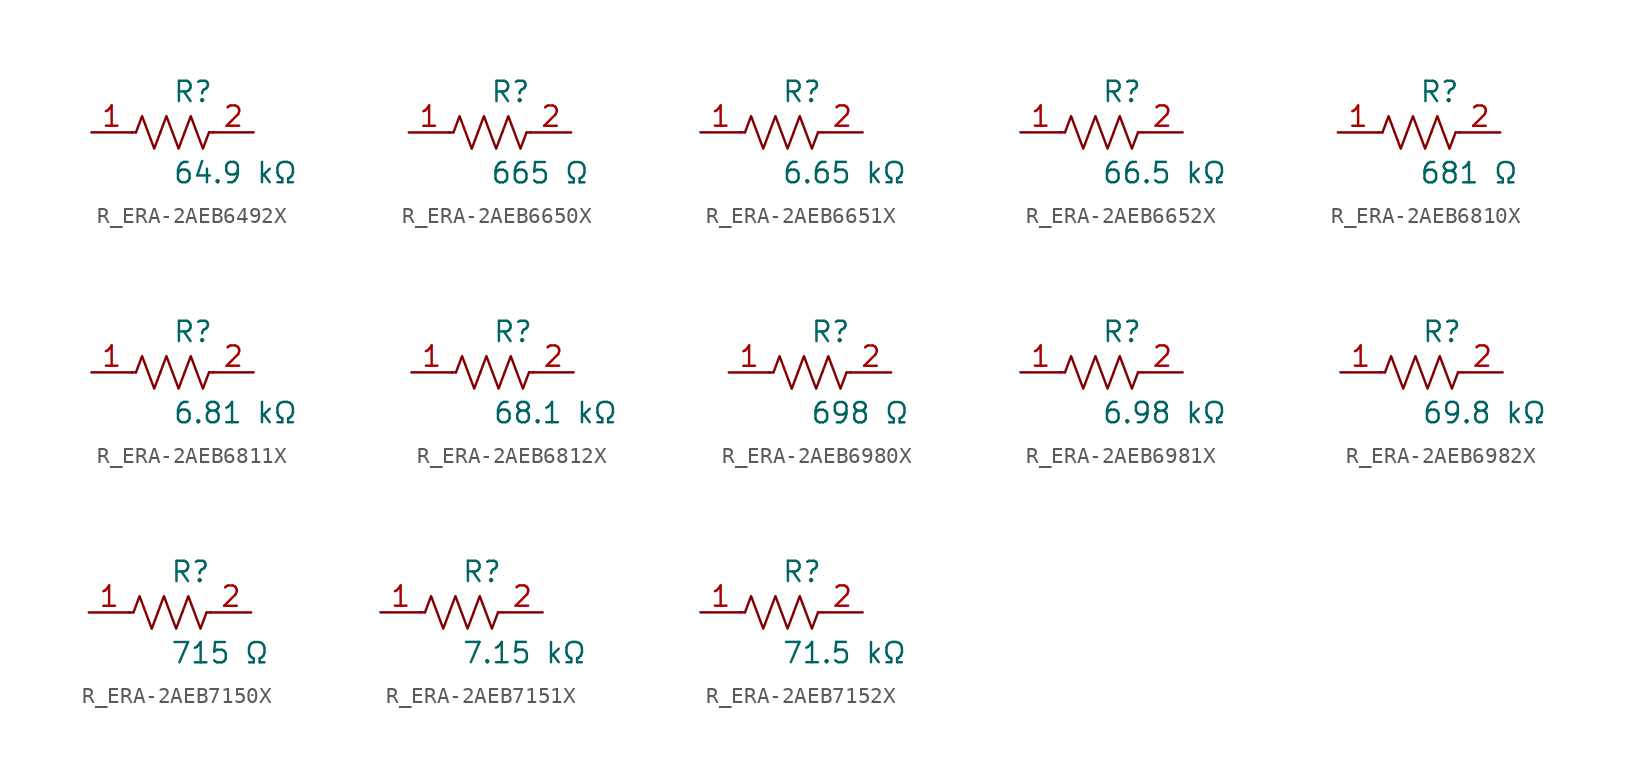
<source format=kicad_sym>
(kicad_symbol_lib
  (version 20231120)
  (generator kicad_symbol_editor)
  (generator_version 8.0)
  (symbol "R_ERA-2AEB6492X"
    (pin_names
      (offset 0.254))
    (property "Reference" "R"
      (at 0.0 2.54 0)
      (effects (font (size 1.27 1.27)) (justify left)))
    (property "Value" "64.9 kΩ"
      (at 0.0 -2.54 0)
      (effects (font (size 1.27 1.27)) (justify left)))
    (symbol "R_ERA-2AEB6492X_0_1"
      (polyline (pts (xy 2.286 0) (xy 2.54 0)) (stroke (width 0) (type default)) (fill (type none)))
      (polyline (pts (xy -2.286 0) (xy -2.54 0)) (stroke (width 0) (type default)) (fill (type none)))
      (polyline (pts (xy 0.762 0) (xy 1.143 1.016) (xy 1.524 0) (xy 1.905 -1.016) (xy 2.286 0)) (stroke (width 0) (type default)) (fill (type none)))
      (polyline (pts (xy -0.762 0) (xy -0.381 1.016) (xy 0 0) (xy 0.381 -1.016) (xy 0.762 0)) (stroke (width 0) (type default)) (fill (type none)))
      (polyline (pts (xy -2.286 0) (xy -1.905 1.016) (xy -1.524 0) (xy -1.143 -1.016) (xy -0.762 0)) (stroke (width 0) (type default)) (fill (type none))))
    (pin unspecified line
      (at -5.08 0 0)
      (length 2.54)
      (name "" (effects (font (size 1.27 1.27))))
      (number "1" (effects (font (size 1.27 1.27)))))
    (pin unspecified line
      (at 5.08 0 180)
      (length 2.54)
      (name "" (effects (font (size 1.27 1.27))))
      (number "2" (effects (font (size 1.27 1.27))))))
  (symbol "R_ERA-2AEB6650X"
    (pin_names
      (offset 0.254))
    (property "Reference" "R"
      (at 0.0 2.54 0)
      (effects (font (size 1.27 1.27)) (justify left)))
    (property "Value" "665 Ω"
      (at 0.0 -2.54 0)
      (effects (font (size 1.27 1.27)) (justify left)))
    (symbol "R_ERA-2AEB6650X_0_1"
      (polyline (pts (xy 2.286 0) (xy 2.54 0)) (stroke (width 0) (type default)) (fill (type none)))
      (polyline (pts (xy -2.286 0) (xy -2.54 0)) (stroke (width 0) (type default)) (fill (type none)))
      (polyline (pts (xy 0.762 0) (xy 1.143 1.016) (xy 1.524 0) (xy 1.905 -1.016) (xy 2.286 0)) (stroke (width 0) (type default)) (fill (type none)))
      (polyline (pts (xy -0.762 0) (xy -0.381 1.016) (xy 0 0) (xy 0.381 -1.016) (xy 0.762 0)) (stroke (width 0) (type default)) (fill (type none)))
      (polyline (pts (xy -2.286 0) (xy -1.905 1.016) (xy -1.524 0) (xy -1.143 -1.016) (xy -0.762 0)) (stroke (width 0) (type default)) (fill (type none))))
    (pin unspecified line
      (at -5.08 0 0)
      (length 2.54)
      (name "" (effects (font (size 1.27 1.27))))
      (number "1" (effects (font (size 1.27 1.27)))))
    (pin unspecified line
      (at 5.08 0 180)
      (length 2.54)
      (name "" (effects (font (size 1.27 1.27))))
      (number "2" (effects (font (size 1.27 1.27))))))
  (symbol "R_ERA-2AEB6651X"
    (pin_names
      (offset 0.254))
    (property "Reference" "R"
      (at 0.0 2.54 0)
      (effects (font (size 1.27 1.27)) (justify left)))
    (property "Value" "6.65 kΩ"
      (at 0.0 -2.54 0)
      (effects (font (size 1.27 1.27)) (justify left)))
    (symbol "R_ERA-2AEB6651X_0_1"
      (polyline (pts (xy 2.286 0) (xy 2.54 0)) (stroke (width 0) (type default)) (fill (type none)))
      (polyline (pts (xy -2.286 0) (xy -2.54 0)) (stroke (width 0) (type default)) (fill (type none)))
      (polyline (pts (xy 0.762 0) (xy 1.143 1.016) (xy 1.524 0) (xy 1.905 -1.016) (xy 2.286 0)) (stroke (width 0) (type default)) (fill (type none)))
      (polyline (pts (xy -0.762 0) (xy -0.381 1.016) (xy 0 0) (xy 0.381 -1.016) (xy 0.762 0)) (stroke (width 0) (type default)) (fill (type none)))
      (polyline (pts (xy -2.286 0) (xy -1.905 1.016) (xy -1.524 0) (xy -1.143 -1.016) (xy -0.762 0)) (stroke (width 0) (type default)) (fill (type none))))
    (pin unspecified line
      (at -5.08 0 0)
      (length 2.54)
      (name "" (effects (font (size 1.27 1.27))))
      (number "1" (effects (font (size 1.27 1.27)))))
    (pin unspecified line
      (at 5.08 0 180)
      (length 2.54)
      (name "" (effects (font (size 1.27 1.27))))
      (number "2" (effects (font (size 1.27 1.27))))))
  (symbol "R_ERA-2AEB6652X"
    (pin_names
      (offset 0.254))
    (property "Reference" "R"
      (at 0.0 2.54 0)
      (effects (font (size 1.27 1.27)) (justify left)))
    (property "Value" "66.5 kΩ"
      (at 0.0 -2.54 0)
      (effects (font (size 1.27 1.27)) (justify left)))
    (symbol "R_ERA-2AEB6652X_0_1"
      (polyline (pts (xy 2.286 0) (xy 2.54 0)) (stroke (width 0) (type default)) (fill (type none)))
      (polyline (pts (xy -2.286 0) (xy -2.54 0)) (stroke (width 0) (type default)) (fill (type none)))
      (polyline (pts (xy 0.762 0) (xy 1.143 1.016) (xy 1.524 0) (xy 1.905 -1.016) (xy 2.286 0)) (stroke (width 0) (type default)) (fill (type none)))
      (polyline (pts (xy -0.762 0) (xy -0.381 1.016) (xy 0 0) (xy 0.381 -1.016) (xy 0.762 0)) (stroke (width 0) (type default)) (fill (type none)))
      (polyline (pts (xy -2.286 0) (xy -1.905 1.016) (xy -1.524 0) (xy -1.143 -1.016) (xy -0.762 0)) (stroke (width 0) (type default)) (fill (type none))))
    (pin unspecified line
      (at -5.08 0 0)
      (length 2.54)
      (name "" (effects (font (size 1.27 1.27))))
      (number "1" (effects (font (size 1.27 1.27)))))
    (pin unspecified line
      (at 5.08 0 180)
      (length 2.54)
      (name "" (effects (font (size 1.27 1.27))))
      (number "2" (effects (font (size 1.27 1.27))))))
  (symbol "R_ERA-2AEB6810X"
    (pin_names
      (offset 0.254))
    (property "Reference" "R"
      (at 0.0 2.54 0)
      (effects (font (size 1.27 1.27)) (justify left)))
    (property "Value" "681 Ω"
      (at 0.0 -2.54 0)
      (effects (font (size 1.27 1.27)) (justify left)))
    (symbol "R_ERA-2AEB6810X_0_1"
      (polyline (pts (xy 2.286 0) (xy 2.54 0)) (stroke (width 0) (type default)) (fill (type none)))
      (polyline (pts (xy -2.286 0) (xy -2.54 0)) (stroke (width 0) (type default)) (fill (type none)))
      (polyline (pts (xy 0.762 0) (xy 1.143 1.016) (xy 1.524 0) (xy 1.905 -1.016) (xy 2.286 0)) (stroke (width 0) (type default)) (fill (type none)))
      (polyline (pts (xy -0.762 0) (xy -0.381 1.016) (xy 0 0) (xy 0.381 -1.016) (xy 0.762 0)) (stroke (width 0) (type default)) (fill (type none)))
      (polyline (pts (xy -2.286 0) (xy -1.905 1.016) (xy -1.524 0) (xy -1.143 -1.016) (xy -0.762 0)) (stroke (width 0) (type default)) (fill (type none))))
    (pin unspecified line
      (at -5.08 0 0)
      (length 2.54)
      (name "" (effects (font (size 1.27 1.27))))
      (number "1" (effects (font (size 1.27 1.27)))))
    (pin unspecified line
      (at 5.08 0 180)
      (length 2.54)
      (name "" (effects (font (size 1.27 1.27))))
      (number "2" (effects (font (size 1.27 1.27))))))
  (symbol "R_ERA-2AEB6811X"
    (pin_names
      (offset 0.254))
    (property "Reference" "R"
      (at 0.0 2.54 0)
      (effects (font (size 1.27 1.27)) (justify left)))
    (property "Value" "6.81 kΩ"
      (at 0.0 -2.54 0)
      (effects (font (size 1.27 1.27)) (justify left)))
    (symbol "R_ERA-2AEB6811X_0_1"
      (polyline (pts (xy 2.286 0) (xy 2.54 0)) (stroke (width 0) (type default)) (fill (type none)))
      (polyline (pts (xy -2.286 0) (xy -2.54 0)) (stroke (width 0) (type default)) (fill (type none)))
      (polyline (pts (xy 0.762 0) (xy 1.143 1.016) (xy 1.524 0) (xy 1.905 -1.016) (xy 2.286 0)) (stroke (width 0) (type default)) (fill (type none)))
      (polyline (pts (xy -0.762 0) (xy -0.381 1.016) (xy 0 0) (xy 0.381 -1.016) (xy 0.762 0)) (stroke (width 0) (type default)) (fill (type none)))
      (polyline (pts (xy -2.286 0) (xy -1.905 1.016) (xy -1.524 0) (xy -1.143 -1.016) (xy -0.762 0)) (stroke (width 0) (type default)) (fill (type none))))
    (pin unspecified line
      (at -5.08 0 0)
      (length 2.54)
      (name "" (effects (font (size 1.27 1.27))))
      (number "1" (effects (font (size 1.27 1.27)))))
    (pin unspecified line
      (at 5.08 0 180)
      (length 2.54)
      (name "" (effects (font (size 1.27 1.27))))
      (number "2" (effects (font (size 1.27 1.27))))))
  (symbol "R_ERA-2AEB6812X"
    (pin_names
      (offset 0.254))
    (property "Reference" "R"
      (at 0.0 2.54 0)
      (effects (font (size 1.27 1.27)) (justify left)))
    (property "Value" "68.1 kΩ"
      (at 0.0 -2.54 0)
      (effects (font (size 1.27 1.27)) (justify left)))
    (symbol "R_ERA-2AEB6812X_0_1"
      (polyline (pts (xy 2.286 0) (xy 2.54 0)) (stroke (width 0) (type default)) (fill (type none)))
      (polyline (pts (xy -2.286 0) (xy -2.54 0)) (stroke (width 0) (type default)) (fill (type none)))
      (polyline (pts (xy 0.762 0) (xy 1.143 1.016) (xy 1.524 0) (xy 1.905 -1.016) (xy 2.286 0)) (stroke (width 0) (type default)) (fill (type none)))
      (polyline (pts (xy -0.762 0) (xy -0.381 1.016) (xy 0 0) (xy 0.381 -1.016) (xy 0.762 0)) (stroke (width 0) (type default)) (fill (type none)))
      (polyline (pts (xy -2.286 0) (xy -1.905 1.016) (xy -1.524 0) (xy -1.143 -1.016) (xy -0.762 0)) (stroke (width 0) (type default)) (fill (type none))))
    (pin unspecified line
      (at -5.08 0 0)
      (length 2.54)
      (name "" (effects (font (size 1.27 1.27))))
      (number "1" (effects (font (size 1.27 1.27)))))
    (pin unspecified line
      (at 5.08 0 180)
      (length 2.54)
      (name "" (effects (font (size 1.27 1.27))))
      (number "2" (effects (font (size 1.27 1.27))))))
  (symbol "R_ERA-2AEB6980X"
    (pin_names
      (offset 0.254))
    (property "Reference" "R"
      (at 0.0 2.54 0)
      (effects (font (size 1.27 1.27)) (justify left)))
    (property "Value" "698 Ω"
      (at 0.0 -2.54 0)
      (effects (font (size 1.27 1.27)) (justify left)))
    (symbol "R_ERA-2AEB6980X_0_1"
      (polyline (pts (xy 2.286 0) (xy 2.54 0)) (stroke (width 0) (type default)) (fill (type none)))
      (polyline (pts (xy -2.286 0) (xy -2.54 0)) (stroke (width 0) (type default)) (fill (type none)))
      (polyline (pts (xy 0.762 0) (xy 1.143 1.016) (xy 1.524 0) (xy 1.905 -1.016) (xy 2.286 0)) (stroke (width 0) (type default)) (fill (type none)))
      (polyline (pts (xy -0.762 0) (xy -0.381 1.016) (xy 0 0) (xy 0.381 -1.016) (xy 0.762 0)) (stroke (width 0) (type default)) (fill (type none)))
      (polyline (pts (xy -2.286 0) (xy -1.905 1.016) (xy -1.524 0) (xy -1.143 -1.016) (xy -0.762 0)) (stroke (width 0) (type default)) (fill (type none))))
    (pin unspecified line
      (at -5.08 0 0)
      (length 2.54)
      (name "" (effects (font (size 1.27 1.27))))
      (number "1" (effects (font (size 1.27 1.27)))))
    (pin unspecified line
      (at 5.08 0 180)
      (length 2.54)
      (name "" (effects (font (size 1.27 1.27))))
      (number "2" (effects (font (size 1.27 1.27))))))
  (symbol "R_ERA-2AEB6981X"
    (pin_names
      (offset 0.254))
    (property "Reference" "R"
      (at 0.0 2.54 0)
      (effects (font (size 1.27 1.27)) (justify left)))
    (property "Value" "6.98 kΩ"
      (at 0.0 -2.54 0)
      (effects (font (size 1.27 1.27)) (justify left)))
    (symbol "R_ERA-2AEB6981X_0_1"
      (polyline (pts (xy 2.286 0) (xy 2.54 0)) (stroke (width 0) (type default)) (fill (type none)))
      (polyline (pts (xy -2.286 0) (xy -2.54 0)) (stroke (width 0) (type default)) (fill (type none)))
      (polyline (pts (xy 0.762 0) (xy 1.143 1.016) (xy 1.524 0) (xy 1.905 -1.016) (xy 2.286 0)) (stroke (width 0) (type default)) (fill (type none)))
      (polyline (pts (xy -0.762 0) (xy -0.381 1.016) (xy 0 0) (xy 0.381 -1.016) (xy 0.762 0)) (stroke (width 0) (type default)) (fill (type none)))
      (polyline (pts (xy -2.286 0) (xy -1.905 1.016) (xy -1.524 0) (xy -1.143 -1.016) (xy -0.762 0)) (stroke (width 0) (type default)) (fill (type none))))
    (pin unspecified line
      (at -5.08 0 0)
      (length 2.54)
      (name "" (effects (font (size 1.27 1.27))))
      (number "1" (effects (font (size 1.27 1.27)))))
    (pin unspecified line
      (at 5.08 0 180)
      (length 2.54)
      (name "" (effects (font (size 1.27 1.27))))
      (number "2" (effects (font (size 1.27 1.27))))))
  (symbol "R_ERA-2AEB6982X"
    (pin_names
      (offset 0.254))
    (property "Reference" "R"
      (at 0.0 2.54 0)
      (effects (font (size 1.27 1.27)) (justify left)))
    (property "Value" "69.8 kΩ"
      (at 0.0 -2.54 0)
      (effects (font (size 1.27 1.27)) (justify left)))
    (symbol "R_ERA-2AEB6982X_0_1"
      (polyline (pts (xy 2.286 0) (xy 2.54 0)) (stroke (width 0) (type default)) (fill (type none)))
      (polyline (pts (xy -2.286 0) (xy -2.54 0)) (stroke (width 0) (type default)) (fill (type none)))
      (polyline (pts (xy 0.762 0) (xy 1.143 1.016) (xy 1.524 0) (xy 1.905 -1.016) (xy 2.286 0)) (stroke (width 0) (type default)) (fill (type none)))
      (polyline (pts (xy -0.762 0) (xy -0.381 1.016) (xy 0 0) (xy 0.381 -1.016) (xy 0.762 0)) (stroke (width 0) (type default)) (fill (type none)))
      (polyline (pts (xy -2.286 0) (xy -1.905 1.016) (xy -1.524 0) (xy -1.143 -1.016) (xy -0.762 0)) (stroke (width 0) (type default)) (fill (type none))))
    (pin unspecified line
      (at -5.08 0 0)
      (length 2.54)
      (name "" (effects (font (size 1.27 1.27))))
      (number "1" (effects (font (size 1.27 1.27)))))
    (pin unspecified line
      (at 5.08 0 180)
      (length 2.54)
      (name "" (effects (font (size 1.27 1.27))))
      (number "2" (effects (font (size 1.27 1.27))))))
  (symbol "R_ERA-2AEB7150X"
    (pin_names
      (offset 0.254))
    (property "Reference" "R"
      (at 0.0 2.54 0)
      (effects (font (size 1.27 1.27)) (justify left)))
    (property "Value" "715 Ω"
      (at 0.0 -2.54 0)
      (effects (font (size 1.27 1.27)) (justify left)))
    (symbol "R_ERA-2AEB7150X_0_1"
      (polyline (pts (xy 2.286 0) (xy 2.54 0)) (stroke (width 0) (type default)) (fill (type none)))
      (polyline (pts (xy -2.286 0) (xy -2.54 0)) (stroke (width 0) (type default)) (fill (type none)))
      (polyline (pts (xy 0.762 0) (xy 1.143 1.016) (xy 1.524 0) (xy 1.905 -1.016) (xy 2.286 0)) (stroke (width 0) (type default)) (fill (type none)))
      (polyline (pts (xy -0.762 0) (xy -0.381 1.016) (xy 0 0) (xy 0.381 -1.016) (xy 0.762 0)) (stroke (width 0) (type default)) (fill (type none)))
      (polyline (pts (xy -2.286 0) (xy -1.905 1.016) (xy -1.524 0) (xy -1.143 -1.016) (xy -0.762 0)) (stroke (width 0) (type default)) (fill (type none))))
    (pin unspecified line
      (at -5.08 0 0)
      (length 2.54)
      (name "" (effects (font (size 1.27 1.27))))
      (number "1" (effects (font (size 1.27 1.27)))))
    (pin unspecified line
      (at 5.08 0 180)
      (length 2.54)
      (name "" (effects (font (size 1.27 1.27))))
      (number "2" (effects (font (size 1.27 1.27))))))
  (symbol "R_ERA-2AEB7151X"
    (pin_names
      (offset 0.254))
    (property "Reference" "R"
      (at 0.0 2.54 0)
      (effects (font (size 1.27 1.27)) (justify left)))
    (property "Value" "7.15 kΩ"
      (at 0.0 -2.54 0)
      (effects (font (size 1.27 1.27)) (justify left)))
    (symbol "R_ERA-2AEB7151X_0_1"
      (polyline (pts (xy 2.286 0) (xy 2.54 0)) (stroke (width 0) (type default)) (fill (type none)))
      (polyline (pts (xy -2.286 0) (xy -2.54 0)) (stroke (width 0) (type default)) (fill (type none)))
      (polyline (pts (xy 0.762 0) (xy 1.143 1.016) (xy 1.524 0) (xy 1.905 -1.016) (xy 2.286 0)) (stroke (width 0) (type default)) (fill (type none)))
      (polyline (pts (xy -0.762 0) (xy -0.381 1.016) (xy 0 0) (xy 0.381 -1.016) (xy 0.762 0)) (stroke (width 0) (type default)) (fill (type none)))
      (polyline (pts (xy -2.286 0) (xy -1.905 1.016) (xy -1.524 0) (xy -1.143 -1.016) (xy -0.762 0)) (stroke (width 0) (type default)) (fill (type none))))
    (pin unspecified line
      (at -5.08 0 0)
      (length 2.54)
      (name "" (effects (font (size 1.27 1.27))))
      (number "1" (effects (font (size 1.27 1.27)))))
    (pin unspecified line
      (at 5.08 0 180)
      (length 2.54)
      (name "" (effects (font (size 1.27 1.27))))
      (number "2" (effects (font (size 1.27 1.27))))))
  (symbol "R_ERA-2AEB7152X"
    (pin_names
      (offset 0.254))
    (property "Reference" "R"
      (at 0.0 2.54 0)
      (effects (font (size 1.27 1.27)) (justify left)))
    (property "Value" "71.5 kΩ"
      (at 0.0 -2.54 0)
      (effects (font (size 1.27 1.27)) (justify left)))
    (symbol "R_ERA-2AEB7152X_0_1"
      (polyline (pts (xy 2.286 0) (xy 2.54 0)) (stroke (width 0) (type default)) (fill (type none)))
      (polyline (pts (xy -2.286 0) (xy -2.54 0)) (stroke (width 0) (type default)) (fill (type none)))
      (polyline (pts (xy 0.762 0) (xy 1.143 1.016) (xy 1.524 0) (xy 1.905 -1.016) (xy 2.286 0)) (stroke (width 0) (type default)) (fill (type none)))
      (polyline (pts (xy -0.762 0) (xy -0.381 1.016) (xy 0 0) (xy 0.381 -1.016) (xy 0.762 0)) (stroke (width 0) (type default)) (fill (type none)))
      (polyline (pts (xy -2.286 0) (xy -1.905 1.016) (xy -1.524 0) (xy -1.143 -1.016) (xy -0.762 0)) (stroke (width 0) (type default)) (fill (type none))))
    (pin unspecified line
      (at -5.08 0 0)
      (length 2.54)
      (name "" (effects (font (size 1.27 1.27))))
      (number "1" (effects (font (size 1.27 1.27)))))
    (pin unspecified line
      (at 5.08 0 180)
      (length 2.54)
      (name "" (effects (font (size 1.27 1.27))))
      (number "2" (effects (font (size 1.27 1.27)))))))
</source>
